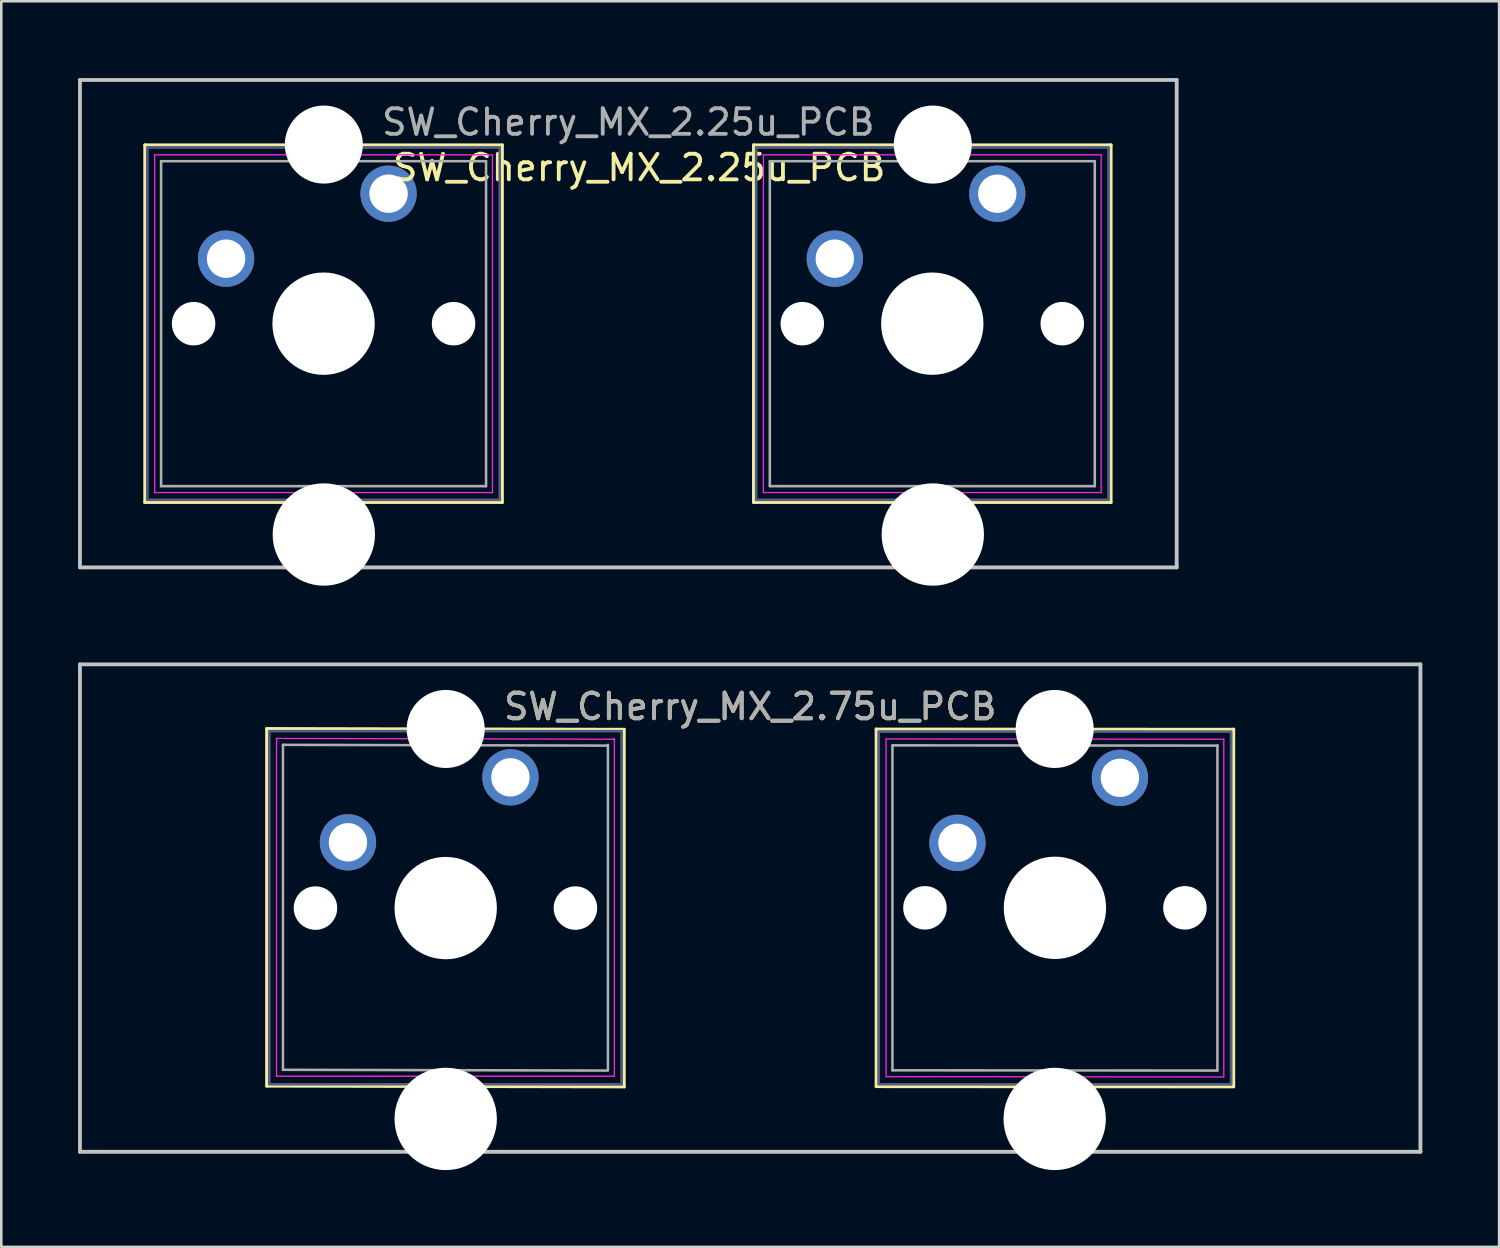
<source format=kicad_pcb>
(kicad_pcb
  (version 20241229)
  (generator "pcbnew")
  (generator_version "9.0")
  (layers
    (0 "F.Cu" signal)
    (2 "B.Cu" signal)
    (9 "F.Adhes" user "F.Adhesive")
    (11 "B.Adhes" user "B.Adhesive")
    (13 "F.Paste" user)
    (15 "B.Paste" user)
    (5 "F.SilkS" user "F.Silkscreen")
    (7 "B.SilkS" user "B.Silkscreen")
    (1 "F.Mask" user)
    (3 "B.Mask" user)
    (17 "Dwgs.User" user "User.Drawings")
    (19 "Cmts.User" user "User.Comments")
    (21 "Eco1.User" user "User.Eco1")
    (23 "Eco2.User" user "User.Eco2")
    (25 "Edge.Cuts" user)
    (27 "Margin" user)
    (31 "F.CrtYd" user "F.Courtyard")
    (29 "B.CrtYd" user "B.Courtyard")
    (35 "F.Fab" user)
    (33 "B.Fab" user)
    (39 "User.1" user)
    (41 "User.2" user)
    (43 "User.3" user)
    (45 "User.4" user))
  (footprint "SW_Cherry_MX_2.25u_PCB"
    (layer "F.Cu")
    (at 24.046 4.52)
    (property "Reference" "SW_Cherry_MX_2.25u_PCB" (at -2.116 -1.016 0) (layer "F.SilkS") (effects (font (size 1 1) (thickness 0.15))))
    (attr through_hole)
    (fp_line (start -21.435 -1.905) (end -7.465 -1.905) (stroke (width 0.12) (type solid)) (layer "F.SilkS"))
    (fp_line (start -21.435 12.065) (end -21.435 -1.905) (stroke (width 0.12) (type solid)) (layer "F.SilkS"))
    (fp_line (start -7.465 -1.905) (end -7.465 12.065) (stroke (width 0.12) (type solid)) (layer "F.SilkS"))
    (fp_line (start -7.465 12.065) (end -21.435 12.065) (stroke (width 0.12) (type solid)) (layer "F.SilkS"))
    (fp_line (start 2.355 -1.905) (end 16.325 -1.905) (stroke (width 0.12) (type solid)) (layer "F.SilkS"))
    (fp_line (start 2.355 12.065) (end 2.355 -1.905) (stroke (width 0.12) (type solid)) (layer "F.SilkS"))
    (fp_line (start 16.325 -1.905) (end 16.325 12.065) (stroke (width 0.12) (type solid)) (layer "F.SilkS"))
    (fp_line (start 16.325 12.065) (end 2.355 12.065) (stroke (width 0.12) (type solid)) (layer "F.SilkS"))
    (fp_line (start -23.971 -4.445) (end 18.891 -4.445) (stroke (width 0.15) (type solid)) (layer "Dwgs.User"))
    (fp_line (start -23.971 14.605) (end -23.971 -4.445) (stroke (width 0.15) (type solid)) (layer "Dwgs.User"))
    (fp_line (start 18.891 -4.445) (end 18.891 14.605) (stroke (width 0.15) (type solid)) (layer "Dwgs.User"))
    (fp_line (start 18.891 14.605) (end -23.971 14.605) (stroke (width 0.15) (type solid)) (layer "Dwgs.User"))
    (fp_line (start -21.05 -1.52) (end -7.85 -1.52) (stroke (width 0.05) (type solid)) (layer "F.CrtYd"))
    (fp_line (start -21.05 11.68) (end -21.05 -1.52) (stroke (width 0.05) (type solid)) (layer "F.CrtYd"))
    (fp_line (start -7.85 -1.52) (end -7.85 11.68) (stroke (width 0.05) (type solid)) (layer "F.CrtYd"))
    (fp_line (start -7.85 11.68) (end -21.05 11.68) (stroke (width 0.05) (type solid)) (layer "F.CrtYd"))
    (fp_line (start 2.74 -1.52) (end 15.94 -1.52) (stroke (width 0.05) (type solid)) (layer "F.CrtYd"))
    (fp_line (start 2.74 11.68) (end 2.74 -1.52) (stroke (width 0.05) (type solid)) (layer "F.CrtYd"))
    (fp_line (start 15.94 -1.52) (end 15.94 11.68) (stroke (width 0.05) (type solid)) (layer "F.CrtYd"))
    (fp_line (start 15.94 11.68) (end 2.74 11.68) (stroke (width 0.05) (type solid)) (layer "F.CrtYd"))
    (fp_rect (start -21.335 -1.805) (end -7.565 11.965) (stroke (width 0.1) (type default)) (fill no) (layer "B.Fab"))
    (fp_rect (start 2.455 -1.805) (end 16.225 11.965) (stroke (width 0.1) (type default)) (fill no) (layer "B.Fab"))
    (fp_line (start -20.8 -1.27) (end -8.1 -1.27) (stroke (width 0.1) (type solid)) (layer "F.Fab"))
    (fp_line (start -20.8 11.43) (end -20.8 -1.27) (stroke (width 0.1) (type solid)) (layer "F.Fab"))
    (fp_line (start -8.1 -1.27) (end -8.1 11.43) (stroke (width 0.1) (type solid)) (layer "F.Fab"))
    (fp_line (start -8.1 11.43) (end -20.8 11.43) (stroke (width 0.1) (type solid)) (layer "F.Fab"))
    (fp_line (start 2.99 -1.27) (end 15.69 -1.27) (stroke (width 0.1) (type solid)) (layer "F.Fab"))
    (fp_line (start 2.99 11.43) (end 2.99 -1.27) (stroke (width 0.1) (type solid)) (layer "F.Fab"))
    (fp_line (start 15.69 -1.27) (end 15.69 11.43) (stroke (width 0.1) (type solid)) (layer "F.Fab"))
    (fp_line (start 15.69 11.43) (end 2.99 11.43) (stroke (width 0.1) (type solid)) (layer "F.Fab"))
    (fp_text user "${REFERENCE}" (at -2.54 -2.794 0) (layer "F.Fab") (effects (font (size 1 1) (thickness 0.15))))
    (pad "" np_thru_hole circle (at -19.53 5.08) (size 1.7 1.7) (drill 1.7) (layers "*.Cu" "*.Mask"))
    (pad "" np_thru_hole circle (at -14.45 5.08) (size 4 4) (drill 4) (layers "*.Cu" "*.Mask"))
    (pad "" np_thru_hole circle (at -14.44 -1.92) (size 3.05 3.05) (drill 3.05) (layers "*.Cu" "*.Mask"))
    (pad "" np_thru_hole circle (at -14.44 13.32) (size 4 4) (drill 4) (layers "*.Cu" "*.Mask"))
    (pad "" np_thru_hole circle (at -9.37 5.08) (size 1.7 1.7) (drill 1.7) (layers "*.Cu" "*.Mask"))
    (pad "" np_thru_hole circle (at 4.26 5.08) (size 1.7 1.7) (drill 1.7) (layers "*.Cu" "*.Mask"))
    (pad "" np_thru_hole circle (at 9.34 5.08) (size 4 4) (drill 4) (layers "*.Cu" "*.Mask"))
    (pad "" np_thru_hole circle (at 9.36 -1.92) (size 3.05 3.05) (drill 3.05) (layers "*.Cu" "*.Mask"))
    (pad "" np_thru_hole circle (at 9.36 13.32) (size 4 4) (drill 4) (layers "*.Cu" "*.Mask"))
    (pad "" np_thru_hole circle (at 14.42 5.08) (size 1.7 1.7) (drill 1.7) (layers "*.Cu" "*.Mask"))
    (pad "1" thru_hole circle (at -11.91 0) (size 2.2 2.2) (drill 1.5) (layers "*.Cu" "*.Mask"))
    (pad "1" thru_hole circle (at 11.88 0) (size 2.2 2.2) (drill 1.5) (layers "*.Cu" "*.Mask"))
    (pad "2" thru_hole circle (at -18.26 2.54) (size 2.2 2.2) (drill 1.5) (layers "*.Cu" "*.Mask"))
    (pad "2" thru_hole circle (at 5.53 2.54) (size 2.2 2.2) (drill 1.5) (layers "*.Cu" "*.Mask")))
  (footprint "SW_Cherry_MX_2.75u_PCB"
    (layer "F.Cu")
    (at 28.809 27.36)
    (property "Reference" "SW_Cherry_MX_2.75u_PCB" (at -2.54 -2.794 0) (layer "F.SilkS") (effects (font (size 1 1) (thickness 0.15))))
    (attr through_hole)
    (fp_line (start -21.435 -1.935) (end -7.465 -1.905) (stroke (width 0.12) (type solid)) (layer "F.SilkS"))
    (fp_line (start -21.435 12.035) (end -21.435 -1.935) (stroke (width 0.12) (type solid)) (layer "F.SilkS"))
    (fp_line (start -7.465 12.065) (end -21.435 12.035) (stroke (width 0.12) (type solid)) (layer "F.SilkS"))
    (fp_line (start -7.465 12.065) (end -7.465 -1.905) (stroke (width 0.12) (type solid)) (layer "F.SilkS"))
    (fp_line (start 2.385 -1.915) (end 16.355 -1.905) (stroke (width 0.12) (type solid)) (layer "F.SilkS"))
    (fp_line (start 2.385 12.055) (end 2.385 -1.915) (stroke (width 0.12) (type solid)) (layer "F.SilkS"))
    (fp_line (start 16.355 -1.915) (end 16.355 12.055) (stroke (width 0.12) (type solid)) (layer "F.SilkS"))
    (fp_line (start 16.355 12.065) (end 2.385 12.055) (stroke (width 0.12) (type solid)) (layer "F.SilkS"))
    (fp_line (start -28.734 -4.445) (end 23.654 -4.445) (stroke (width 0.15) (type solid)) (layer "Dwgs.User"))
    (fp_line (start -28.734 14.605) (end -28.734 -4.445) (stroke (width 0.15) (type solid)) (layer "Dwgs.User"))
    (fp_line (start 23.654 -4.445) (end 23.654 14.605) (stroke (width 0.15) (type solid)) (layer "Dwgs.User"))
    (fp_line (start 23.654 14.605) (end -28.734 14.605) (stroke (width 0.15) (type solid)) (layer "Dwgs.User"))
    (fp_line (start -21.05 -1.55) (end -7.85 -1.52) (stroke (width 0.05) (type solid)) (layer "F.CrtYd"))
    (fp_line (start -21.05 11.65) (end -21.05 -1.55) (stroke (width 0.05) (type solid)) (layer "F.CrtYd"))
    (fp_line (start -7.85 -1.55) (end -7.85 11.65) (stroke (width 0.05) (type solid)) (layer "F.CrtYd"))
    (fp_line (start -7.85 11.65) (end -21.05 11.65) (stroke (width 0.05) (type solid)) (layer "F.CrtYd"))
    (fp_line (start 2.77 -1.53) (end 15.97 -1.52) (stroke (width 0.05) (type solid)) (layer "F.CrtYd"))
    (fp_line (start 2.77 11.67) (end 2.77 -1.53) (stroke (width 0.05) (type solid)) (layer "F.CrtYd"))
    (fp_line (start 15.97 -1.53) (end 15.97 11.67) (stroke (width 0.05) (type solid)) (layer "F.CrtYd"))
    (fp_line (start 15.97 11.68) (end 2.77 11.67) (stroke (width 0.05) (type solid)) (layer "F.CrtYd"))
    (fp_rect (start -21.335 -1.835) (end -7.565 11.965) (stroke (width 0.1) (type default)) (fill no) (layer "B.Fab"))
    (fp_rect (start 2.485 -1.815) (end 16.255 11.965) (stroke (width 0.1) (type default)) (fill no) (layer "B.Fab"))
    (fp_line (start -20.8 -1.3) (end -8.1 -1.27) (stroke (width 0.1) (type solid)) (layer "F.Fab"))
    (fp_line (start -20.8 11.4) (end -20.8 -1.3) (stroke (width 0.1) (type solid)) (layer "F.Fab"))
    (fp_line (start -8.1 -1.3) (end -8.1 11.4) (stroke (width 0.1) (type solid)) (layer "F.Fab"))
    (fp_line (start -8.1 11.43) (end -20.8 11.4) (stroke (width 0.1) (type solid)) (layer "F.Fab"))
    (fp_line (start 3.02 -1.28) (end 15.72 -1.27) (stroke (width 0.1) (type solid)) (layer "F.Fab"))
    (fp_line (start 3.02 11.42) (end 3.02 -1.28) (stroke (width 0.1) (type solid)) (layer "F.Fab"))
    (fp_line (start 15.72 -1.28) (end 15.72 11.42) (stroke (width 0.1) (type solid)) (layer "F.Fab"))
    (fp_line (start 15.72 11.43) (end 3.02 11.42) (stroke (width 0.1) (type solid)) (layer "F.Fab"))
    (fp_text user "${REFERENCE}" (at -2.54 -2.794 0) (layer "F.Fab") (effects (font (size 1 1) (thickness 0.15))))
    (pad "" np_thru_hole circle (at -19.53 5.08) (size 1.7 1.7) (drill 1.7) (layers "*.Cu" "*.Mask"))
    (pad "" np_thru_hole circle (at -14.44 -1.92) (size 3.05 3.05) (drill 3.05) (layers "*.Cu" "*.Mask"))
    (pad "" np_thru_hole circle (at -14.44 5.08) (size 4 4) (drill 4) (layers "*.Cu" "*.Mask"))
    (pad "" np_thru_hole circle (at -14.44 13.32) (size 4 4) (drill 4) (layers "*.Cu" "*.Mask"))
    (pad "" np_thru_hole circle (at -9.37 5.08) (size 1.7 1.7) (drill 1.7) (layers "*.Cu" "*.Mask"))
    (pad "" np_thru_hole circle (at 4.29 5.07) (size 1.7 1.7) (drill 1.7) (layers "*.Cu" "*.Mask"))
    (pad "" np_thru_hole circle (at 9.36 -1.92) (size 3.05 3.05) (drill 3.05) (layers "*.Cu" "*.Mask"))
    (pad "" np_thru_hole circle (at 9.36 13.32) (size 4 4) (drill 4) (layers "*.Cu" "*.Mask"))
    (pad "" np_thru_hole circle (at 9.37 5.07) (size 4 4) (drill 4) (layers "*.Cu" "*.Mask"))
    (pad "" np_thru_hole circle (at 14.45 5.07) (size 1.7 1.7) (drill 1.7) (layers "*.Cu" "*.Mask"))
    (pad "1" thru_hole circle (at -11.91 -0.03) (size 2.2 2.2) (drill 1.5) (layers "*.Cu" "*.Mask"))
    (pad "1" thru_hole circle (at 11.91 -0.01) (size 2.2 2.2) (drill 1.5) (layers "*.Cu" "*.Mask"))
    (pad "2" thru_hole circle (at -18.26 2.51) (size 2.2 2.2) (drill 1.5) (layers "*.Cu" "*.Mask"))
    (pad "2" thru_hole circle (at 5.56 2.53) (size 2.2 2.2) (drill 1.5) (layers "*.Cu" "*.Mask")))
  (gr_rect
    (start -3 -3)
    (end 55.538 45.68)
    (stroke (width 0.1) (type default))
    (fill no)
    (layer "Edge.Cuts")))
</source>
